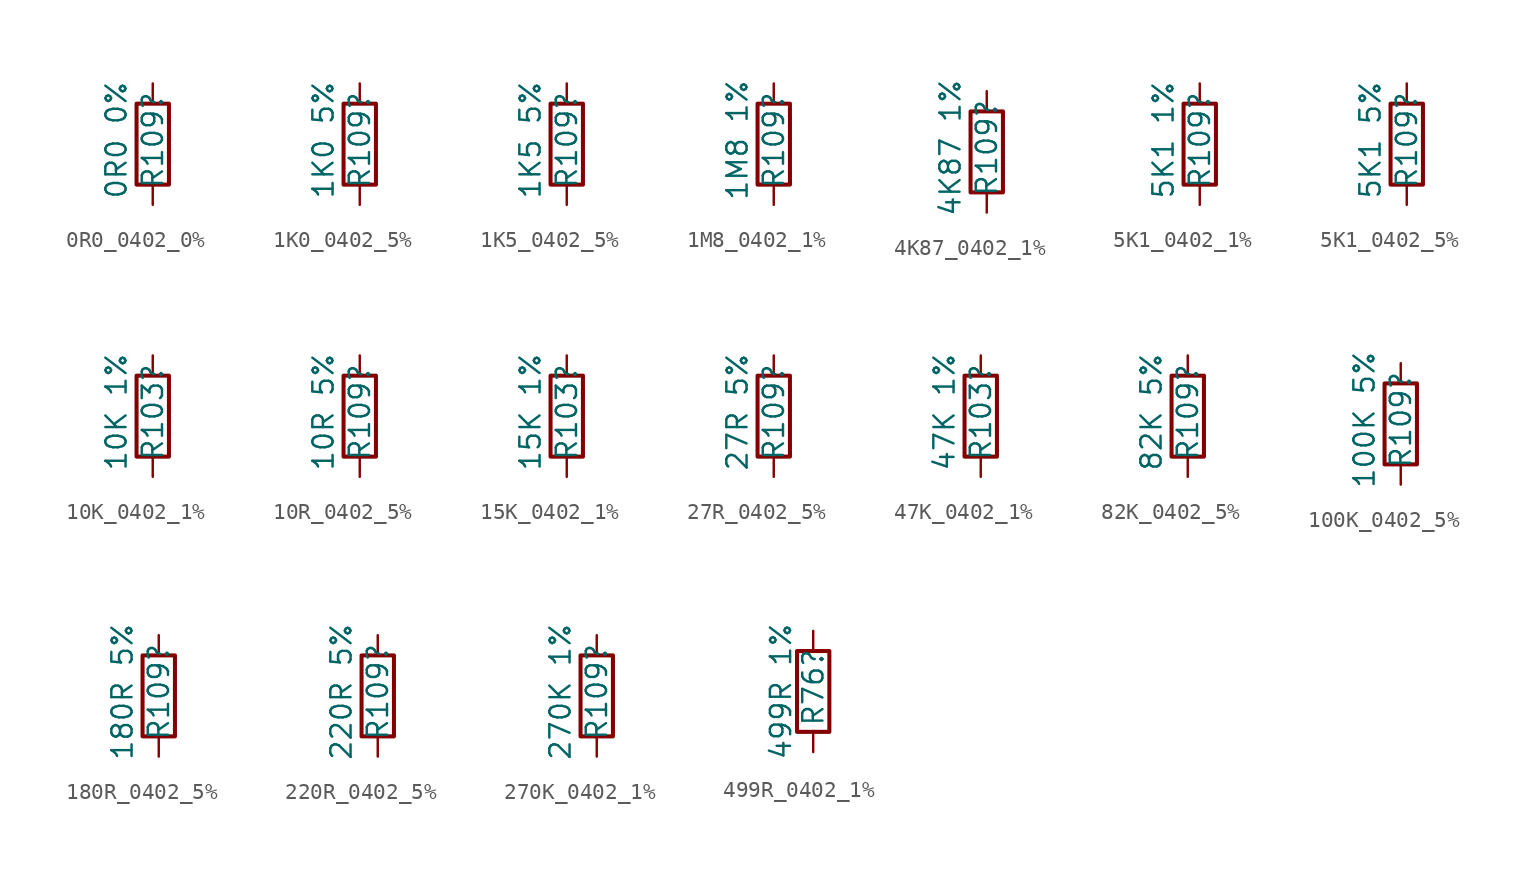
<source format=kicad_sym>
(kicad_symbol_lib
  (version 20241209)
  (generator "kicad_symbol_editor")
  (generator_version "9.0")
  (symbol "0R0_0402_0%"
    (pin_numbers
      (hide yes))
    (pin_names
      (offset 0))
    (property "Reference" "R109"
      (at 0 0.254 90)
      (effects (font (size 1.27 1.27))))
    (property "Value" "0R0 0%"
      (at -2.286 0.254 90)
      (effects (font (size 1.27 1.27))))
    (symbol "0R0_0402_0%_0_1"
      (rectangle (start -1.016 -2.54) (end 1.016 2.54) (stroke (width 0.254) (type default)) (fill (type none))))
    (symbol "0R0_0402_0%_1_1"
      (pin passive line (at 0 3.81 270) (length 1.27) (name "~" (effects (font (size 1.27 1.27)))) (number "1" (effects (font (size 1.27 1.27)))))
      (pin passive line (at 0 -3.81 90) (length 1.27) (name "~" (effects (font (size 1.27 1.27)))) (number "2" (effects (font (size 1.27 1.27)))))))
  (symbol "1K0_0402_5%"
    (pin_numbers
      (hide yes))
    (pin_names
      (offset 0))
    (property "Reference" "R109"
      (at 0 0.254 90)
      (effects (font (size 1.27 1.27))))
    (property "Value" "1K0 5%"
      (at -2.286 0.254 90)
      (effects (font (size 1.27 1.27))))
    (symbol "1K0_0402_5%_0_1"
      (rectangle (start -1.016 -2.54) (end 1.016 2.54) (stroke (width 0.254) (type default)) (fill (type none))))
    (symbol "1K0_0402_5%_1_1"
      (pin passive line (at 0 3.81 270) (length 1.27) (name "~" (effects (font (size 1.27 1.27)))) (number "1" (effects (font (size 1.27 1.27)))))
      (pin passive line (at 0 -3.81 90) (length 1.27) (name "~" (effects (font (size 1.27 1.27)))) (number "2" (effects (font (size 1.27 1.27)))))))
  (symbol "1K5_0402_5%"
    (pin_numbers
      (hide yes))
    (pin_names
      (offset 0))
    (property "Reference" "R109"
      (at 0 0.254 90)
      (effects (font (size 1.27 1.27))))
    (property "Value" "1K5 5%"
      (at -2.286 0.254 90)
      (effects (font (size 1.27 1.27))))
    (symbol "1K5_0402_5%_0_1"
      (rectangle (start -1.016 -2.54) (end 1.016 2.54) (stroke (width 0.254) (type default)) (fill (type none))))
    (symbol "1K5_0402_5%_1_1"
      (pin passive line (at 0 3.81 270) (length 1.27) (name "~" (effects (font (size 1.27 1.27)))) (number "1" (effects (font (size 1.27 1.27)))))
      (pin passive line (at 0 -3.81 90) (length 1.27) (name "~" (effects (font (size 1.27 1.27)))) (number "2" (effects (font (size 1.27 1.27)))))))
  (symbol "1M8_0402_1%"
    (pin_numbers
      (hide yes))
    (pin_names
      (offset 0))
    (property "Reference" "R109"
      (at 0 0.254 90)
      (effects (font (size 1.27 1.27))))
    (property "Value" "1M8 1%"
      (at -2.286 0.254 90)
      (effects (font (size 1.27 1.27))))
    (symbol "1M8_0402_1%_0_1"
      (rectangle (start -1.016 -2.54) (end 1.016 2.54) (stroke (width 0.254) (type default)) (fill (type none))))
    (symbol "1M8_0402_1%_1_1"
      (pin passive line (at 0 3.81 270) (length 1.27) (name "~" (effects (font (size 1.27 1.27)))) (number "1" (effects (font (size 1.27 1.27)))))
      (pin passive line (at 0 -3.81 90) (length 1.27) (name "~" (effects (font (size 1.27 1.27)))) (number "2" (effects (font (size 1.27 1.27)))))))
  (symbol "4K87_0402_1%"
    (pin_numbers
      (hide yes))
    (pin_names
      (offset 0))
    (property "Reference" "R109"
      (at 0 0.254 90)
      (effects (font (size 1.27 1.27))))
    (property "Value" "4K87 1%"
      (at -2.286 0.254 90)
      (effects (font (size 1.27 1.27))))
    (symbol "4K87_0402_1%_0_1"
      (rectangle (start -1.016 -2.54) (end 1.016 2.54) (stroke (width 0.254) (type default)) (fill (type none))))
    (symbol "4K87_0402_1%_1_1"
      (pin passive line (at 0 3.81 270) (length 1.27) (name "~" (effects (font (size 1.27 1.27)))) (number "1" (effects (font (size 1.27 1.27)))))
      (pin passive line (at 0 -3.81 90) (length 1.27) (name "~" (effects (font (size 1.27 1.27)))) (number "2" (effects (font (size 1.27 1.27)))))))
  (symbol "5K1_0402_1%"
    (pin_numbers
      (hide yes))
    (pin_names
      (offset 0))
    (property "Reference" "R109"
      (at 0 0.254 90)
      (effects (font (size 1.27 1.27))))
    (property "Value" "5K1 1%"
      (at -2.286 0.254 90)
      (effects (font (size 1.27 1.27))))
    (symbol "5K1_0402_1%_0_1"
      (rectangle (start -1.016 -2.54) (end 1.016 2.54) (stroke (width 0.254) (type default)) (fill (type none))))
    (symbol "5K1_0402_1%_1_1"
      (pin passive line (at 0 3.81 270) (length 1.27) (name "~" (effects (font (size 1.27 1.27)))) (number "1" (effects (font (size 1.27 1.27)))))
      (pin passive line (at 0 -3.81 90) (length 1.27) (name "~" (effects (font (size 1.27 1.27)))) (number "2" (effects (font (size 1.27 1.27)))))))
  (symbol "5K1_0402_5%"
    (pin_numbers
      (hide yes))
    (pin_names
      (offset 0))
    (property "Reference" "R109"
      (at 0 0.254 90)
      (effects (font (size 1.27 1.27))))
    (property "Value" "5K1 5%"
      (at -2.286 0.254 90)
      (effects (font (size 1.27 1.27))))
    (symbol "5K1_0402_5%_0_1"
      (rectangle (start -1.016 -2.54) (end 1.016 2.54) (stroke (width 0.254) (type default)) (fill (type none))))
    (symbol "5K1_0402_5%_1_1"
      (pin passive line (at 0 3.81 270) (length 1.27) (name "~" (effects (font (size 1.27 1.27)))) (number "1" (effects (font (size 1.27 1.27)))))
      (pin passive line (at 0 -3.81 90) (length 1.27) (name "~" (effects (font (size 1.27 1.27)))) (number "2" (effects (font (size 1.27 1.27)))))))
  (symbol "10K_0402_1%"
    (pin_numbers
      (hide yes))
    (pin_names
      (offset 0))
    (property "Reference" "R103"
      (at 0 0.254 90)
      (effects (font (size 1.27 1.27))))
    (property "Value" "10K 1%"
      (at -2.286 0.254 90)
      (effects (font (size 1.27 1.27))))
    (symbol "10K_0402_1%_0_1"
      (rectangle (start -1.016 -2.54) (end 1.016 2.54) (stroke (width 0.254) (type default)) (fill (type none))))
    (symbol "10K_0402_1%_1_1"
      (pin passive line (at 0 3.81 270) (length 1.27) (name "~" (effects (font (size 1.27 1.27)))) (number "1" (effects (font (size 1.27 1.27)))))
      (pin passive line (at 0 -3.81 90) (length 1.27) (name "~" (effects (font (size 1.27 1.27)))) (number "2" (effects (font (size 1.27 1.27)))))))
  (symbol "10R_0402_5%"
    (pin_numbers
      (hide yes))
    (pin_names
      (offset 0))
    (property "Reference" "R109"
      (at 0 0.254 90)
      (effects (font (size 1.27 1.27))))
    (property "Value" "10R 5%"
      (at -2.286 0.254 90)
      (effects (font (size 1.27 1.27))))
    (symbol "10R_0402_5%_0_1"
      (rectangle (start -1.016 -2.54) (end 1.016 2.54) (stroke (width 0.254) (type default)) (fill (type none))))
    (symbol "10R_0402_5%_1_1"
      (pin passive line (at 0 3.81 270) (length 1.27) (name "~" (effects (font (size 1.27 1.27)))) (number "1" (effects (font (size 1.27 1.27)))))
      (pin passive line (at 0 -3.81 90) (length 1.27) (name "~" (effects (font (size 1.27 1.27)))) (number "2" (effects (font (size 1.27 1.27)))))))
  (symbol "15K_0402_1%"
    (pin_numbers
      (hide yes))
    (pin_names
      (offset 0))
    (property "Reference" "R103"
      (at 0 0.254 90)
      (effects (font (size 1.27 1.27))))
    (property "Value" "15K 1%"
      (at -2.286 0.254 90)
      (effects (font (size 1.27 1.27))))
    (symbol "15K_0402_1%_0_1"
      (rectangle (start -1.016 -2.54) (end 1.016 2.54) (stroke (width 0.254) (type default)) (fill (type none))))
    (symbol "15K_0402_1%_1_1"
      (pin passive line (at 0 3.81 270) (length 1.27) (name "~" (effects (font (size 1.27 1.27)))) (number "1" (effects (font (size 1.27 1.27)))))
      (pin passive line (at 0 -3.81 90) (length 1.27) (name "~" (effects (font (size 1.27 1.27)))) (number "2" (effects (font (size 1.27 1.27)))))))
  (symbol "27R_0402_5%"
    (pin_numbers
      (hide yes))
    (pin_names
      (offset 0))
    (property "Reference" "R109"
      (at 0 0.254 90)
      (effects (font (size 1.27 1.27))))
    (property "Value" "27R 5%"
      (at -2.286 0.254 90)
      (effects (font (size 1.27 1.27))))
    (symbol "27R_0402_5%_0_1"
      (rectangle (start -1.016 -2.54) (end 1.016 2.54) (stroke (width 0.254) (type default)) (fill (type none))))
    (symbol "27R_0402_5%_1_1"
      (pin passive line (at 0 3.81 270) (length 1.27) (name "~" (effects (font (size 1.27 1.27)))) (number "1" (effects (font (size 1.27 1.27)))))
      (pin passive line (at 0 -3.81 90) (length 1.27) (name "~" (effects (font (size 1.27 1.27)))) (number "2" (effects (font (size 1.27 1.27)))))))
  (symbol "47K_0402_1%"
    (pin_numbers
      (hide yes))
    (pin_names
      (offset 0))
    (property "Reference" "R103"
      (at 0 0.254 90)
      (effects (font (size 1.27 1.27))))
    (property "Value" "47K 1%"
      (at -2.286 0.254 90)
      (effects (font (size 1.27 1.27))))
    (symbol "47K_0402_1%_0_1"
      (rectangle (start -1.016 -2.54) (end 1.016 2.54) (stroke (width 0.254) (type default)) (fill (type none))))
    (symbol "47K_0402_1%_1_1"
      (pin passive line (at 0 3.81 270) (length 1.27) (name "~" (effects (font (size 1.27 1.27)))) (number "1" (effects (font (size 1.27 1.27)))))
      (pin passive line (at 0 -3.81 90) (length 1.27) (name "~" (effects (font (size 1.27 1.27)))) (number "2" (effects (font (size 1.27 1.27)))))))
  (symbol "82K_0402_5%"
    (pin_numbers
      (hide yes))
    (pin_names
      (offset 0))
    (property "Reference" "R109"
      (at 0 0.254 90)
      (effects (font (size 1.27 1.27))))
    (property "Value" "82K 5%"
      (at -2.286 0.254 90)
      (effects (font (size 1.27 1.27))))
    (symbol "82K_0402_5%_0_1"
      (rectangle (start -1.016 -2.54) (end 1.016 2.54) (stroke (width 0.254) (type default)) (fill (type none))))
    (symbol "82K_0402_5%_1_1"
      (pin passive line (at 0 3.81 270) (length 1.27) (name "~" (effects (font (size 1.27 1.27)))) (number "1" (effects (font (size 1.27 1.27)))))
      (pin passive line (at 0 -3.81 90) (length 1.27) (name "~" (effects (font (size 1.27 1.27)))) (number "2" (effects (font (size 1.27 1.27)))))))
  (symbol "100K_0402_5%"
    (pin_numbers
      (hide yes))
    (pin_names
      (offset 0))
    (property "Reference" "R109"
      (at 0 0.254 90)
      (effects (font (size 1.27 1.27))))
    (property "Value" "100K 5%"
      (at -2.286 0.254 90)
      (effects (font (size 1.27 1.27))))
    (symbol "100K_0402_5%_0_1"
      (rectangle (start -1.016 -2.54) (end 1.016 2.54) (stroke (width 0.254) (type default)) (fill (type none))))
    (symbol "100K_0402_5%_1_1"
      (pin passive line (at 0 3.81 270) (length 1.27) (name "~" (effects (font (size 1.27 1.27)))) (number "1" (effects (font (size 1.27 1.27)))))
      (pin passive line (at 0 -3.81 90) (length 1.27) (name "~" (effects (font (size 1.27 1.27)))) (number "2" (effects (font (size 1.27 1.27)))))))
  (symbol "180R_0402_5%"
    (pin_numbers
      (hide yes))
    (pin_names
      (offset 0))
    (property "Reference" "R109"
      (at 0 0.254 90)
      (effects (font (size 1.27 1.27))))
    (property "Value" "180R 5%"
      (at -2.286 0.254 90)
      (effects (font (size 1.27 1.27))))
    (symbol "180R_0402_5%_0_1"
      (rectangle (start -1.016 -2.54) (end 1.016 2.54) (stroke (width 0.254) (type default)) (fill (type none))))
    (symbol "180R_0402_5%_1_1"
      (pin passive line (at 0 3.81 270) (length 1.27) (name "~" (effects (font (size 1.27 1.27)))) (number "1" (effects (font (size 1.27 1.27)))))
      (pin passive line (at 0 -3.81 90) (length 1.27) (name "~" (effects (font (size 1.27 1.27)))) (number "2" (effects (font (size 1.27 1.27)))))))
  (symbol "220R_0402_5%"
    (pin_numbers
      (hide yes))
    (pin_names
      (offset 0))
    (property "Reference" "R109"
      (at 0 0.254 90)
      (effects (font (size 1.27 1.27))))
    (property "Value" "220R 5%"
      (at -2.286 0.254 90)
      (effects (font (size 1.27 1.27))))
    (symbol "220R_0402_5%_0_1"
      (rectangle (start -1.016 -2.54) (end 1.016 2.54) (stroke (width 0.254) (type default)) (fill (type none))))
    (symbol "220R_0402_5%_1_1"
      (pin passive line (at 0 3.81 270) (length 1.27) (name "~" (effects (font (size 1.27 1.27)))) (number "1" (effects (font (size 1.27 1.27)))))
      (pin passive line (at 0 -3.81 90) (length 1.27) (name "~" (effects (font (size 1.27 1.27)))) (number "2" (effects (font (size 1.27 1.27)))))))
  (symbol "270K_0402_1%"
    (pin_numbers
      (hide yes))
    (pin_names
      (offset 0))
    (property "Reference" "R109"
      (at 0 0.254 90)
      (effects (font (size 1.27 1.27))))
    (property "Value" "270K 1%"
      (at -2.286 0.254 90)
      (effects (font (size 1.27 1.27))))
    (symbol "270K_0402_1%_0_1"
      (rectangle (start -1.016 -2.54) (end 1.016 2.54) (stroke (width 0.254) (type default)) (fill (type none))))
    (symbol "270K_0402_1%_1_1"
      (pin passive line (at 0 3.81 270) (length 1.27) (name "~" (effects (font (size 1.27 1.27)))) (number "1" (effects (font (size 1.27 1.27)))))
      (pin passive line (at 0 -3.81 90) (length 1.27) (name "~" (effects (font (size 1.27 1.27)))) (number "2" (effects (font (size 1.27 1.27)))))))
  (symbol "499R_0402_1%"
    (pin_numbers
      (hide yes))
    (pin_names
      (offset 0))
    (property "Reference" "R76"
      (at 0 0.254 90)
      (effects (font (size 1.27 1.27))))
    (property "Value" "499R 1%"
      (at -2.032 0 90)
      (effects (font (size 1.27 1.27))))
    (symbol "499R_0402_1%_0_1"
      (rectangle (start -1.016 -2.54) (end 1.016 2.54) (stroke (width 0.254) (type default)) (fill (type none))))
    (symbol "499R_0402_1%_1_1"
      (pin passive line (at 0 3.81 270) (length 1.27) (name "~" (effects (font (size 1.27 1.27)))) (number "1" (effects (font (size 1.27 1.27)))))
      (pin passive line (at 0 -3.81 90) (length 1.27) (name "~" (effects (font (size 1.27 1.27)))) (number "2" (effects (font (size 1.27 1.27))))))))
</source>
